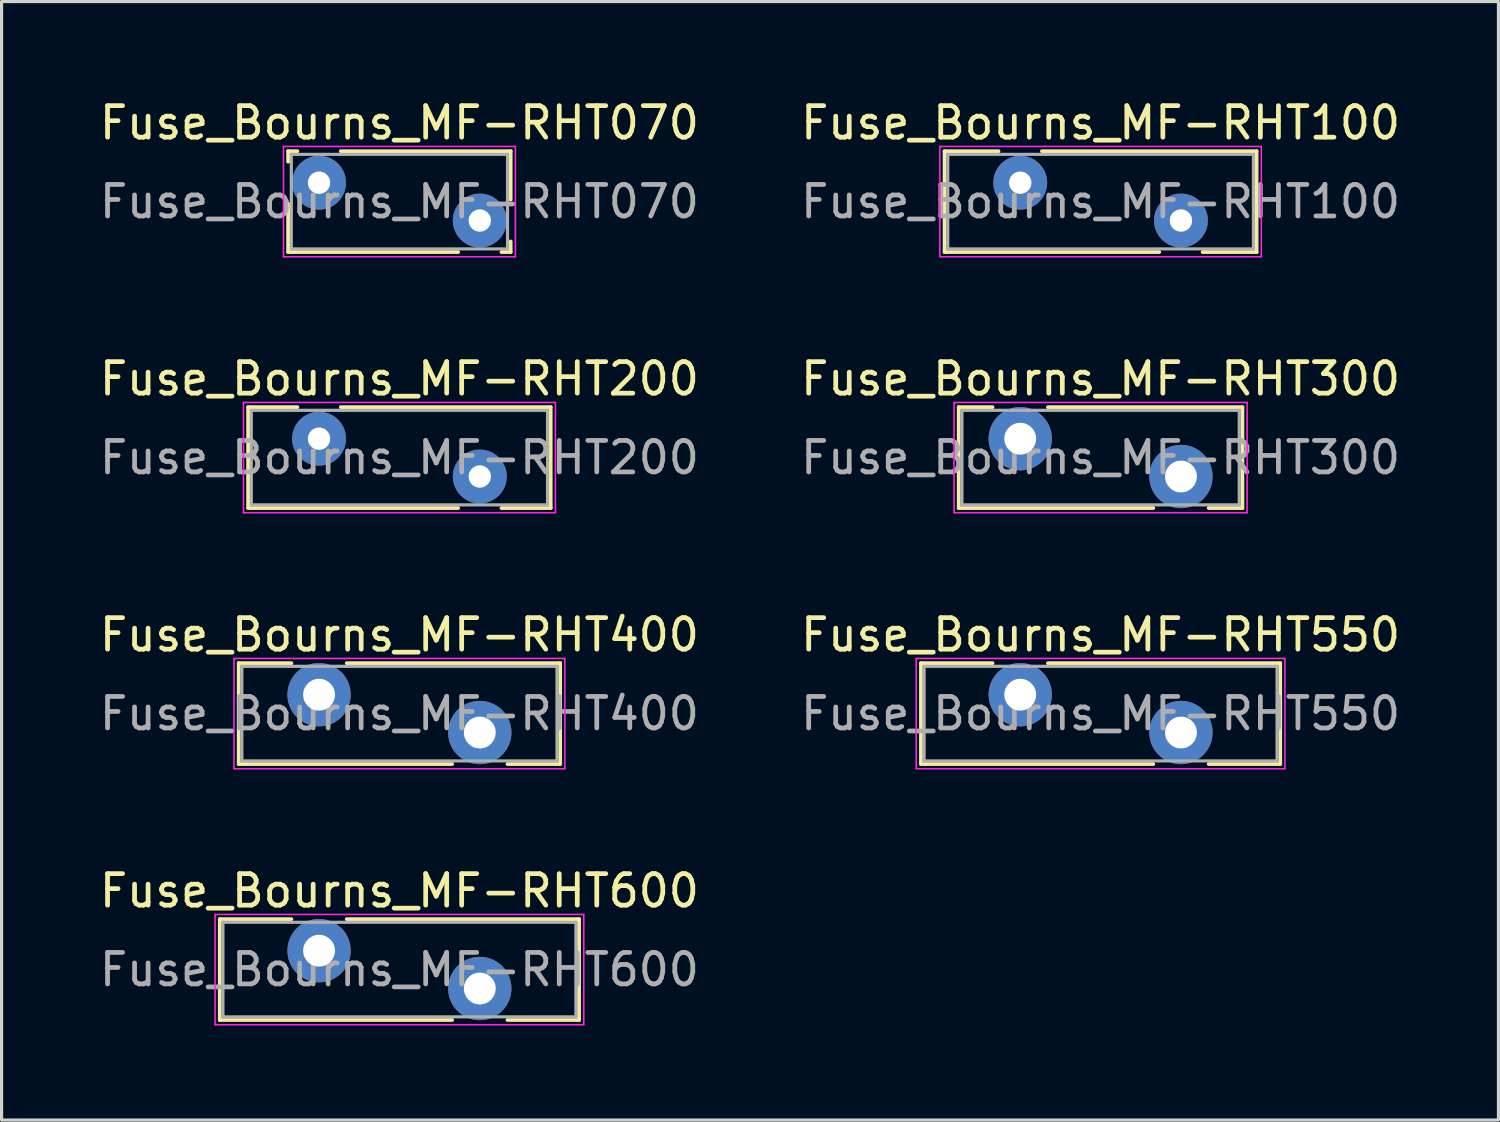
<source format=kicad_pcb>
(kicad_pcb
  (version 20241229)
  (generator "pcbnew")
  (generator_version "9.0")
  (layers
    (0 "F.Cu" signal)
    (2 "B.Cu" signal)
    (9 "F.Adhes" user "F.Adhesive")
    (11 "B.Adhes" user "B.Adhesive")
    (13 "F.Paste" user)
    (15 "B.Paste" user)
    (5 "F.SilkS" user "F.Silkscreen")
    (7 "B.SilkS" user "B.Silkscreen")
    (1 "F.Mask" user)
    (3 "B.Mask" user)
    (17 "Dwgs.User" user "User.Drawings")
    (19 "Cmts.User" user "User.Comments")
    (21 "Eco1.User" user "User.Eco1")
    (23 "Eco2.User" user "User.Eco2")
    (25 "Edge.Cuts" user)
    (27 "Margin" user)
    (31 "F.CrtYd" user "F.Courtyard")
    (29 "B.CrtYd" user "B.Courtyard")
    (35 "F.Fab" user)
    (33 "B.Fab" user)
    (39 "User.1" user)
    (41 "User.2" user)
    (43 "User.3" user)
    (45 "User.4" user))
  (footprint "Fuse_Bourns_MF-RHT300"
    (layer "F.Cu")
    (at 29.325 10.871)
    (property "Reference" "Fuse_Bourns_MF-RHT300" (at 2.55 -1.9 0) (layer "F.SilkS") (effects (font (size 1 1) (thickness 0.15))))
    (attr through_hole)
    (fp_line (start -1.951 -1) (end -1.951 2.2) (stroke (width 0.12) (type solid)) (layer "F.SilkS"))
    (fp_line (start -1.951 -1) (end -0.879 -1) (stroke (width 0.12) (type solid)) (layer "F.SilkS"))
    (fp_line (start -1.951 2.2) (end 4.222 2.2) (stroke (width 0.12) (type solid)) (layer "F.SilkS"))
    (fp_line (start 0.879 -1) (end 7.05 -1) (stroke (width 0.12) (type solid)) (layer "F.SilkS"))
    (fp_line (start 5.979 2.2) (end 7.05 2.2) (stroke (width 0.12) (type solid)) (layer "F.SilkS"))
    (fp_line (start 7.05 -1) (end 7.05 2.2) (stroke (width 0.12) (type solid)) (layer "F.SilkS"))
    (fp_line (start -2.1 -1.15) (end -2.1 2.35) (stroke (width 0.05) (type solid)) (layer "F.CrtYd"))
    (fp_line (start -2.1 2.35) (end 7.2 2.35) (stroke (width 0.05) (type solid)) (layer "F.CrtYd"))
    (fp_line (start 7.2 -1.15) (end -2.1 -1.15) (stroke (width 0.05) (type solid)) (layer "F.CrtYd"))
    (fp_line (start 7.2 2.35) (end 7.2 -1.15) (stroke (width 0.05) (type solid)) (layer "F.CrtYd"))
    (fp_line (start -1.85 -0.9) (end -1.85 2.1) (stroke (width 0.1) (type solid)) (layer "F.Fab"))
    (fp_line (start -1.85 2.1) (end 6.95 2.1) (stroke (width 0.1) (type solid)) (layer "F.Fab"))
    (fp_line (start 6.95 -0.9) (end -1.85 -0.9) (stroke (width 0.1) (type solid)) (layer "F.Fab"))
    (fp_line (start 6.95 2.1) (end 6.95 -0.9) (stroke (width 0.1) (type solid)) (layer "F.Fab"))
    (fp_text user "${REFERENCE}" (at 2.55 0.6 0) (layer "F.Fab") (effects (font (size 1 1) (thickness 0.15))))
    (pad "1" thru_hole circle (at 0 0) (size 2.01 2.01) (drill 1.01) (layers "*.Cu" "*.Mask"))
    (pad "2" thru_hole circle (at 5.1 1.2) (size 2.01 2.01) (drill 1.01) (layers "*.Cu" "*.Mask")))
  (footprint "Fuse_Bourns_MF-RHT070"
    (layer "F.Cu")
    (at 7.075 2.748)
    (property "Reference" "Fuse_Bourns_MF-RHT070" (at 2.55 -1.9 0) (layer "F.SilkS") (effects (font (size 1 1) (thickness 0.15))))
    (attr through_hole)
    (fp_line (start -0.981 -1) (end -0.981 -0.665) (stroke (width 0.12) (type solid)) (layer "F.SilkS"))
    (fp_line (start -0.981 -1) (end -0.689 -1) (stroke (width 0.12) (type solid)) (layer "F.SilkS"))
    (fp_line (start -0.981 0.665) (end -0.981 2.2) (stroke (width 0.12) (type solid)) (layer "F.SilkS"))
    (fp_line (start -0.981 2.2) (end 4.412 2.2) (stroke (width 0.12) (type solid)) (layer "F.SilkS"))
    (fp_line (start 0.689 -1) (end 6.08 -1) (stroke (width 0.12) (type solid)) (layer "F.SilkS"))
    (fp_line (start 5.789 2.2) (end 6.08 2.2) (stroke (width 0.12) (type solid)) (layer "F.SilkS"))
    (fp_line (start 6.08 -1) (end 6.08 0.536) (stroke (width 0.12) (type solid)) (layer "F.SilkS"))
    (fp_line (start 6.08 1.865) (end 6.08 2.2) (stroke (width 0.12) (type solid)) (layer "F.SilkS"))
    (fp_line (start -1.13 -1.15) (end -1.13 2.35) (stroke (width 0.05) (type solid)) (layer "F.CrtYd"))
    (fp_line (start -1.13 2.35) (end 6.23 2.35) (stroke (width 0.05) (type solid)) (layer "F.CrtYd"))
    (fp_line (start 6.23 -1.15) (end -1.13 -1.15) (stroke (width 0.05) (type solid)) (layer "F.CrtYd"))
    (fp_line (start 6.23 2.35) (end 6.23 -1.15) (stroke (width 0.05) (type solid)) (layer "F.CrtYd"))
    (fp_line (start -0.88 -0.9) (end -0.88 2.1) (stroke (width 0.1) (type solid)) (layer "F.Fab"))
    (fp_line (start -0.88 2.1) (end 5.98 2.1) (stroke (width 0.1) (type solid)) (layer "F.Fab"))
    (fp_line (start 5.98 -0.9) (end -0.88 -0.9) (stroke (width 0.1) (type solid)) (layer "F.Fab"))
    (fp_line (start 5.98 2.1) (end 5.98 -0.9) (stroke (width 0.1) (type solid)) (layer "F.Fab"))
    (fp_text user "${REFERENCE}" (at 2.55 0.6 0) (layer "F.Fab") (effects (font (size 1 1) (thickness 0.15))))
    (pad "1" thru_hole circle (at 0 0) (size 1.71 1.71) (drill 0.71) (layers "*.Cu" "*.Mask"))
    (pad "2" thru_hole circle (at 5.1 1.2) (size 1.71 1.71) (drill 0.71) (layers "*.Cu" "*.Mask")))
  (footprint "Fuse_Bourns_MF-RHT100"
    (layer "F.Cu")
    (at 29.325 2.748)
    (property "Reference" "Fuse_Bourns_MF-RHT100" (at 2.55 -1.9 0) (layer "F.SilkS") (effects (font (size 1 1) (thickness 0.15))))
    (attr through_hole)
    (fp_line (start -2.4 -1) (end -2.4 2.2) (stroke (width 0.12) (type solid)) (layer "F.SilkS"))
    (fp_line (start -2.4 -1) (end -0.689 -1) (stroke (width 0.12) (type solid)) (layer "F.SilkS"))
    (fp_line (start -2.4 2.2) (end 4.412 2.2) (stroke (width 0.12) (type solid)) (layer "F.SilkS"))
    (fp_line (start 0.689 -1) (end 7.5 -1) (stroke (width 0.12) (type solid)) (layer "F.SilkS"))
    (fp_line (start 5.789 2.2) (end 7.5 2.2) (stroke (width 0.12) (type solid)) (layer "F.SilkS"))
    (fp_line (start 7.5 -1) (end 7.5 2.2) (stroke (width 0.12) (type solid)) (layer "F.SilkS"))
    (fp_line (start -2.55 -1.15) (end -2.55 2.35) (stroke (width 0.05) (type solid)) (layer "F.CrtYd"))
    (fp_line (start -2.55 2.35) (end 7.65 2.35) (stroke (width 0.05) (type solid)) (layer "F.CrtYd"))
    (fp_line (start 7.65 -1.15) (end -2.55 -1.15) (stroke (width 0.05) (type solid)) (layer "F.CrtYd"))
    (fp_line (start 7.65 2.35) (end 7.65 -1.15) (stroke (width 0.05) (type solid)) (layer "F.CrtYd"))
    (fp_line (start -2.3 -0.9) (end -2.3 2.1) (stroke (width 0.1) (type solid)) (layer "F.Fab"))
    (fp_line (start -2.3 2.1) (end 7.4 2.1) (stroke (width 0.1) (type solid)) (layer "F.Fab"))
    (fp_line (start 7.4 -0.9) (end -2.3 -0.9) (stroke (width 0.1) (type solid)) (layer "F.Fab"))
    (fp_line (start 7.4 2.1) (end 7.4 -0.9) (stroke (width 0.1) (type solid)) (layer "F.Fab"))
    (fp_text user "${REFERENCE}" (at 2.55 0.6 0) (layer "F.Fab") (effects (font (size 1 1) (thickness 0.15))))
    (pad "1" thru_hole circle (at 0 0) (size 1.71 1.71) (drill 0.71) (layers "*.Cu" "*.Mask"))
    (pad "2" thru_hole circle (at 5.1 1.2) (size 1.71 1.71) (drill 0.71) (layers "*.Cu" "*.Mask")))
  (footprint "Fuse_Bourns_MF-RHT550"
    (layer "F.Cu")
    (at 29.325 18.995)
    (property "Reference" "Fuse_Bourns_MF-RHT550" (at 2.55 -1.9 0) (layer "F.SilkS") (effects (font (size 1 1) (thickness 0.15))))
    (attr through_hole)
    (fp_line (start -3.15 -1) (end -3.15 2.2) (stroke (width 0.12) (type solid)) (layer "F.SilkS"))
    (fp_line (start -3.15 -1) (end -0.879 -1) (stroke (width 0.12) (type solid)) (layer "F.SilkS"))
    (fp_line (start -3.15 2.2) (end 4.222 2.2) (stroke (width 0.12) (type solid)) (layer "F.SilkS"))
    (fp_line (start 0.879 -1) (end 8.25 -1) (stroke (width 0.12) (type solid)) (layer "F.SilkS"))
    (fp_line (start 5.979 2.2) (end 8.25 2.2) (stroke (width 0.12) (type solid)) (layer "F.SilkS"))
    (fp_line (start 8.25 -1) (end 8.25 2.2) (stroke (width 0.12) (type solid)) (layer "F.SilkS"))
    (fp_line (start -3.3 -1.15) (end -3.3 2.35) (stroke (width 0.05) (type solid)) (layer "F.CrtYd"))
    (fp_line (start -3.3 2.35) (end 8.4 2.35) (stroke (width 0.05) (type solid)) (layer "F.CrtYd"))
    (fp_line (start 8.4 -1.15) (end -3.3 -1.15) (stroke (width 0.05) (type solid)) (layer "F.CrtYd"))
    (fp_line (start 8.4 2.35) (end 8.4 -1.15) (stroke (width 0.05) (type solid)) (layer "F.CrtYd"))
    (fp_line (start -3.05 -0.9) (end -3.05 2.1) (stroke (width 0.1) (type solid)) (layer "F.Fab"))
    (fp_line (start -3.05 2.1) (end 8.15 2.1) (stroke (width 0.1) (type solid)) (layer "F.Fab"))
    (fp_line (start 8.15 -0.9) (end -3.05 -0.9) (stroke (width 0.1) (type solid)) (layer "F.Fab"))
    (fp_line (start 8.15 2.1) (end 8.15 -0.9) (stroke (width 0.1) (type solid)) (layer "F.Fab"))
    (fp_text user "${REFERENCE}" (at 2.55 0.6 0) (layer "F.Fab") (effects (font (size 1 1) (thickness 0.15))))
    (pad "1" thru_hole circle (at 0 0) (size 2.01 2.01) (drill 1.01) (layers "*.Cu" "*.Mask"))
    (pad "2" thru_hole circle (at 5.1 1.2) (size 2.01 2.01) (drill 1.01) (layers "*.Cu" "*.Mask")))
  (footprint "Fuse_Bourns_MF-RHT200"
    (layer "F.Cu")
    (at 7.075 10.871)
    (property "Reference" "Fuse_Bourns_MF-RHT200" (at 2.55 -1.9 0) (layer "F.SilkS") (effects (font (size 1 1) (thickness 0.15))))
    (attr through_hole)
    (fp_line (start -2.251 -1) (end -2.251 2.2) (stroke (width 0.12) (type solid)) (layer "F.SilkS"))
    (fp_line (start -2.251 -1) (end -0.689 -1) (stroke (width 0.12) (type solid)) (layer "F.SilkS"))
    (fp_line (start -2.251 2.2) (end 4.412 2.2) (stroke (width 0.12) (type solid)) (layer "F.SilkS"))
    (fp_line (start 0.689 -1) (end 7.35 -1) (stroke (width 0.12) (type solid)) (layer "F.SilkS"))
    (fp_line (start 5.789 2.2) (end 7.35 2.2) (stroke (width 0.12) (type solid)) (layer "F.SilkS"))
    (fp_line (start 7.35 -1) (end 7.35 2.2) (stroke (width 0.12) (type solid)) (layer "F.SilkS"))
    (fp_line (start -2.4 -1.15) (end -2.4 2.35) (stroke (width 0.05) (type solid)) (layer "F.CrtYd"))
    (fp_line (start -2.4 2.35) (end 7.5 2.35) (stroke (width 0.05) (type solid)) (layer "F.CrtYd"))
    (fp_line (start 7.5 -1.15) (end -2.4 -1.15) (stroke (width 0.05) (type solid)) (layer "F.CrtYd"))
    (fp_line (start 7.5 2.35) (end 7.5 -1.15) (stroke (width 0.05) (type solid)) (layer "F.CrtYd"))
    (fp_line (start -2.15 -0.9) (end -2.15 2.1) (stroke (width 0.1) (type solid)) (layer "F.Fab"))
    (fp_line (start -2.15 2.1) (end 7.25 2.1) (stroke (width 0.1) (type solid)) (layer "F.Fab"))
    (fp_line (start 7.25 -0.9) (end -2.15 -0.9) (stroke (width 0.1) (type solid)) (layer "F.Fab"))
    (fp_line (start 7.25 2.1) (end 7.25 -0.9) (stroke (width 0.1) (type solid)) (layer "F.Fab"))
    (fp_text user "${REFERENCE}" (at 2.55 0.6 0) (layer "F.Fab") (effects (font (size 1 1) (thickness 0.15))))
    (pad "1" thru_hole circle (at 0 0) (size 1.71 1.71) (drill 0.71) (layers "*.Cu" "*.Mask"))
    (pad "2" thru_hole circle (at 5.1 1.2) (size 1.71 1.71) (drill 0.71) (layers "*.Cu" "*.Mask")))
  (footprint "Fuse_Bourns_MF-RHT400"
    (layer "F.Cu")
    (at 7.075 18.995)
    (property "Reference" "Fuse_Bourns_MF-RHT400" (at 2.55 -1.9 0) (layer "F.SilkS") (effects (font (size 1 1) (thickness 0.15))))
    (attr through_hole)
    (fp_line (start -2.55 -1) (end -2.55 2.2) (stroke (width 0.12) (type solid)) (layer "F.SilkS"))
    (fp_line (start -2.55 -1) (end -0.879 -1) (stroke (width 0.12) (type solid)) (layer "F.SilkS"))
    (fp_line (start -2.55 2.2) (end 4.222 2.2) (stroke (width 0.12) (type solid)) (layer "F.SilkS"))
    (fp_line (start 0.879 -1) (end 7.65 -1) (stroke (width 0.12) (type solid)) (layer "F.SilkS"))
    (fp_line (start 5.979 2.2) (end 7.65 2.2) (stroke (width 0.12) (type solid)) (layer "F.SilkS"))
    (fp_line (start 7.65 -1) (end 7.65 2.2) (stroke (width 0.12) (type solid)) (layer "F.SilkS"))
    (fp_line (start -2.7 -1.15) (end -2.7 2.35) (stroke (width 0.05) (type solid)) (layer "F.CrtYd"))
    (fp_line (start -2.7 2.35) (end 7.8 2.35) (stroke (width 0.05) (type solid)) (layer "F.CrtYd"))
    (fp_line (start 7.8 -1.15) (end -2.7 -1.15) (stroke (width 0.05) (type solid)) (layer "F.CrtYd"))
    (fp_line (start 7.8 2.35) (end 7.8 -1.15) (stroke (width 0.05) (type solid)) (layer "F.CrtYd"))
    (fp_line (start -2.45 -0.9) (end -2.45 2.1) (stroke (width 0.1) (type solid)) (layer "F.Fab"))
    (fp_line (start -2.45 2.1) (end 7.55 2.1) (stroke (width 0.1) (type solid)) (layer "F.Fab"))
    (fp_line (start 7.55 -0.9) (end -2.45 -0.9) (stroke (width 0.1) (type solid)) (layer "F.Fab"))
    (fp_line (start 7.55 2.1) (end 7.55 -0.9) (stroke (width 0.1) (type solid)) (layer "F.Fab"))
    (fp_text user "${REFERENCE}" (at 2.55 0.6 0) (layer "F.Fab") (effects (font (size 1 1) (thickness 0.15))))
    (pad "1" thru_hole circle (at 0 0) (size 2.01 2.01) (drill 1.01) (layers "*.Cu" "*.Mask"))
    (pad "2" thru_hole circle (at 5.1 1.2) (size 2.01 2.01) (drill 1.01) (layers "*.Cu" "*.Mask")))
  (footprint "Fuse_Bourns_MF-RHT600"
    (layer "F.Cu")
    (at 7.075 27.118)
    (property "Reference" "Fuse_Bourns_MF-RHT600" (at 2.55 -1.9 0) (layer "F.SilkS") (effects (font (size 1 1) (thickness 0.15))))
    (attr through_hole)
    (fp_line (start -3.15 -1) (end -3.15 2.2) (stroke (width 0.12) (type solid)) (layer "F.SilkS"))
    (fp_line (start -3.15 -1) (end -0.879 -1) (stroke (width 0.12) (type solid)) (layer "F.SilkS"))
    (fp_line (start -3.15 2.2) (end 4.222 2.2) (stroke (width 0.12) (type solid)) (layer "F.SilkS"))
    (fp_line (start 0.879 -1) (end 8.25 -1) (stroke (width 0.12) (type solid)) (layer "F.SilkS"))
    (fp_line (start 5.979 2.2) (end 8.25 2.2) (stroke (width 0.12) (type solid)) (layer "F.SilkS"))
    (fp_line (start 8.25 -1) (end 8.25 2.2) (stroke (width 0.12) (type solid)) (layer "F.SilkS"))
    (fp_line (start -3.3 -1.15) (end -3.3 2.35) (stroke (width 0.05) (type solid)) (layer "F.CrtYd"))
    (fp_line (start -3.3 2.35) (end 8.4 2.35) (stroke (width 0.05) (type solid)) (layer "F.CrtYd"))
    (fp_line (start 8.4 -1.15) (end -3.3 -1.15) (stroke (width 0.05) (type solid)) (layer "F.CrtYd"))
    (fp_line (start 8.4 2.35) (end 8.4 -1.15) (stroke (width 0.05) (type solid)) (layer "F.CrtYd"))
    (fp_line (start -3.05 -0.9) (end -3.05 2.1) (stroke (width 0.1) (type solid)) (layer "F.Fab"))
    (fp_line (start -3.05 2.1) (end 8.15 2.1) (stroke (width 0.1) (type solid)) (layer "F.Fab"))
    (fp_line (start 8.15 -0.9) (end -3.05 -0.9) (stroke (width 0.1) (type solid)) (layer "F.Fab"))
    (fp_line (start 8.15 2.1) (end 8.15 -0.9) (stroke (width 0.1) (type solid)) (layer "F.Fab"))
    (fp_text user "${REFERENCE}" (at 2.55 0.6 0) (layer "F.Fab") (effects (font (size 1 1) (thickness 0.15))))
    (pad "1" thru_hole circle (at 0 0) (size 2.01 2.01) (drill 1.01) (layers "*.Cu" "*.Mask"))
    (pad "2" thru_hole circle (at 5.1 1.2) (size 2.01 2.01) (drill 1.01) (layers "*.Cu" "*.Mask")))
  (gr_rect
    (start -3 -3)
    (end 44.5 32.493)
    (stroke (width 0.1) (type default))
    (fill no)
    (layer "Edge.Cuts")))
</source>
